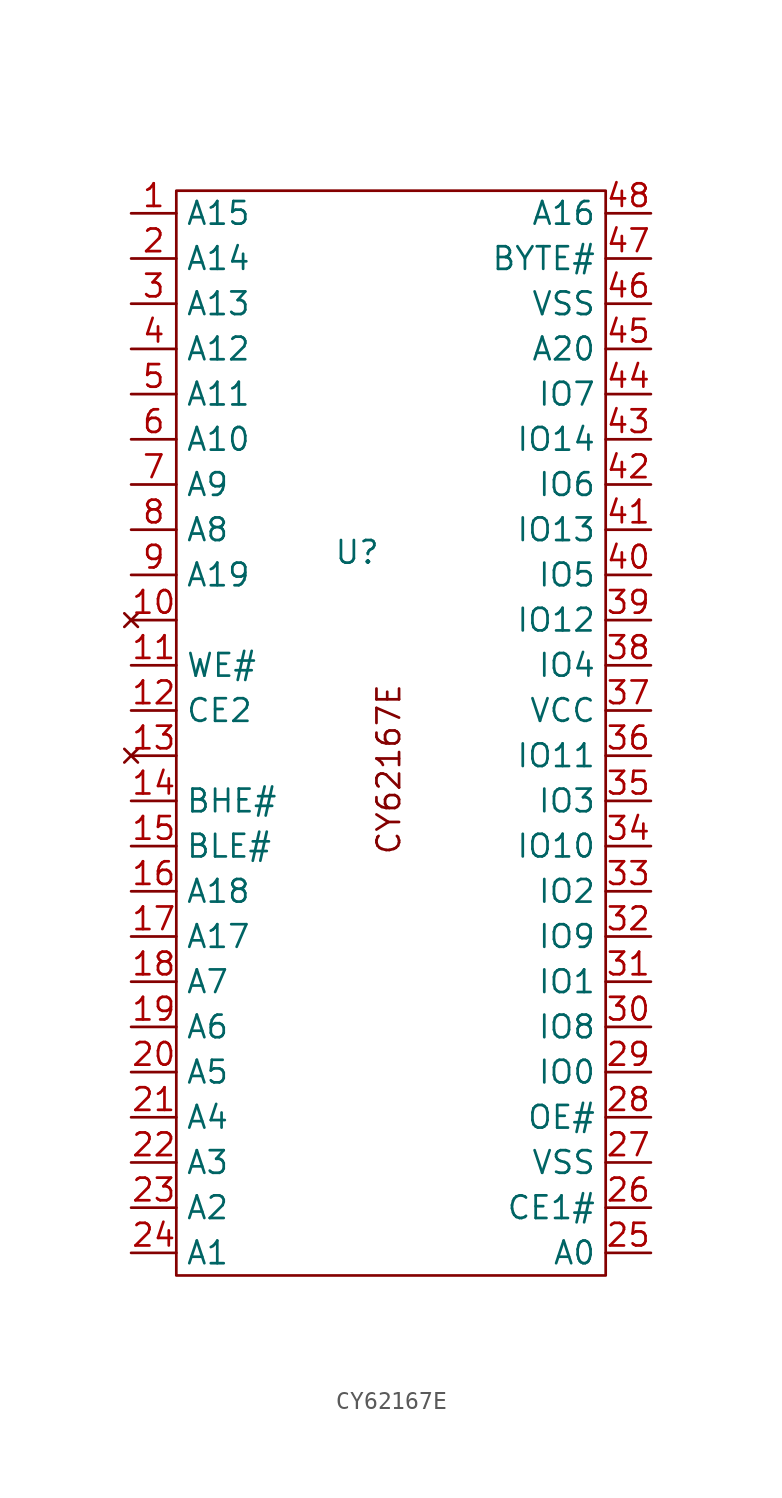
<source format=kicad_sym>
(kicad_symbol_lib
  (version 20231120)
  (generator "kicad_symbol_editor")
  (generator_version "8.0")
  (symbol "CY62167E"
    (property "Reference" "U"
      (at -3.81 10.16 0)
      (effects (font (size 1.27 1.27))))
    (property "Value" ""
      (at -3.81 10.16 0)
      (effects (font (size 1.27 1.27))))
    (symbol "CY62167E_0_1"
      (rectangle (start -13.97 30.48) (end 10.16 -30.48) (stroke (width 0) (type default)) (fill (type none))))
    (symbol "CY62167E_1_1"
      (text "CY62167E" (at -2.032 -2.032 900) (effects (font (size 1.27 1.27))))
      (pin input line (at -16.51 29.21 0) (length 2.54) (name "A15" (effects (font (size 1.27 1.27)))) (number "1" (effects (font (size 1.27 1.27)))))
      (pin no_connect line (at -16.51 6.35 0) (length 2.54) (name "" (effects (font (size 1.27 1.27)))) (number "10" (effects (font (size 1.27 1.27)))))
      (pin input line (at -16.51 3.81 0) (length 2.54) (name "WE#" (effects (font (size 1.27 1.27)))) (number "11" (effects (font (size 1.27 1.27)))))
      (pin input line (at -16.51 1.27 0) (length 2.54) (name "CE2" (effects (font (size 1.27 1.27)))) (number "12" (effects (font (size 1.27 1.27)))))
      (pin no_connect line (at -16.51 -1.27 0) (length 2.54) (name "" (effects (font (size 1.27 1.27)))) (number "13" (effects (font (size 1.27 1.27)))))
      (pin input line (at -16.51 -3.81 0) (length 2.54) (name "BHE#" (effects (font (size 1.27 1.27)))) (number "14" (effects (font (size 1.27 1.27)))))
      (pin input line (at -16.51 -6.35 0) (length 2.54) (name "BLE#" (effects (font (size 1.27 1.27)))) (number "15" (effects (font (size 1.27 1.27)))))
      (pin input line (at -16.51 -8.89 0) (length 2.54) (name "A18" (effects (font (size 1.27 1.27)))) (number "16" (effects (font (size 1.27 1.27)))))
      (pin input line (at -16.51 -11.43 0) (length 2.54) (name "A17" (effects (font (size 1.27 1.27)))) (number "17" (effects (font (size 1.27 1.27)))))
      (pin input line (at -16.51 -13.97 0) (length 2.54) (name "A7" (effects (font (size 1.27 1.27)))) (number "18" (effects (font (size 1.27 1.27)))))
      (pin input line (at -16.51 -16.51 0) (length 2.54) (name "A6" (effects (font (size 1.27 1.27)))) (number "19" (effects (font (size 1.27 1.27)))))
      (pin input line (at -16.51 26.67 0) (length 2.54) (name "A14" (effects (font (size 1.27 1.27)))) (number "2" (effects (font (size 1.27 1.27)))))
      (pin input line (at -16.51 -19.05 0) (length 2.54) (name "A5" (effects (font (size 1.27 1.27)))) (number "20" (effects (font (size 1.27 1.27)))))
      (pin input line (at -16.51 -21.59 0) (length 2.54) (name "A4" (effects (font (size 1.27 1.27)))) (number "21" (effects (font (size 1.27 1.27)))))
      (pin input line (at -16.51 -24.13 0) (length 2.54) (name "A3" (effects (font (size 1.27 1.27)))) (number "22" (effects (font (size 1.27 1.27)))))
      (pin input line (at -16.51 -26.67 0) (length 2.54) (name "A2" (effects (font (size 1.27 1.27)))) (number "23" (effects (font (size 1.27 1.27)))))
      (pin input line (at -16.51 -29.21 0) (length 2.54) (name "A1" (effects (font (size 1.27 1.27)))) (number "24" (effects (font (size 1.27 1.27)))))
      (pin input line (at 12.7 -29.21 180) (length 2.54) (name "A0" (effects (font (size 1.27 1.27)))) (number "25" (effects (font (size 1.27 1.27)))))
      (pin input line (at 12.7 -26.67 180) (length 2.54) (name "CE1#" (effects (font (size 1.27 1.27)))) (number "26" (effects (font (size 1.27 1.27)))))
      (pin power_in line (at 12.7 -24.13 180) (length 2.54) (name "VSS" (effects (font (size 1.27 1.27)))) (number "27" (effects (font (size 1.27 1.27)))))
      (pin input line (at 12.7 -21.59 180) (length 2.54) (name "OE#" (effects (font (size 1.27 1.27)))) (number "28" (effects (font (size 1.27 1.27)))))
      (pin bidirectional line (at 12.7 -19.05 180) (length 2.54) (name "IO0" (effects (font (size 1.27 1.27)))) (number "29" (effects (font (size 1.27 1.27)))))
      (pin input line (at -16.51 24.13 0) (length 2.54) (name "A13" (effects (font (size 1.27 1.27)))) (number "3" (effects (font (size 1.27 1.27)))))
      (pin bidirectional line (at 12.7 -16.51 180) (length 2.54) (name "IO8" (effects (font (size 1.27 1.27)))) (number "30" (effects (font (size 1.27 1.27)))))
      (pin bidirectional line (at 12.7 -13.97 180) (length 2.54) (name "IO1" (effects (font (size 1.27 1.27)))) (number "31" (effects (font (size 1.27 1.27)))))
      (pin bidirectional line (at 12.7 -11.43 180) (length 2.54) (name "IO9" (effects (font (size 1.27 1.27)))) (number "32" (effects (font (size 1.27 1.27)))))
      (pin bidirectional line (at 12.7 -8.89 180) (length 2.54) (name "IO2" (effects (font (size 1.27 1.27)))) (number "33" (effects (font (size 1.27 1.27)))))
      (pin bidirectional line (at 12.7 -6.35 180) (length 2.54) (name "IO10" (effects (font (size 1.27 1.27)))) (number "34" (effects (font (size 1.27 1.27)))))
      (pin bidirectional line (at 12.7 -3.81 180) (length 2.54) (name "IO3" (effects (font (size 1.27 1.27)))) (number "35" (effects (font (size 1.27 1.27)))))
      (pin bidirectional line (at 12.7 -1.27 180) (length 2.54) (name "IO11" (effects (font (size 1.27 1.27)))) (number "36" (effects (font (size 1.27 1.27)))))
      (pin power_in line (at 12.7 1.27 180) (length 2.54) (name "VCC" (effects (font (size 1.27 1.27)))) (number "37" (effects (font (size 1.27 1.27)))))
      (pin bidirectional line (at 12.7 3.81 180) (length 2.54) (name "IO4" (effects (font (size 1.27 1.27)))) (number "38" (effects (font (size 1.27 1.27)))))
      (pin bidirectional line (at 12.7 6.35 180) (length 2.54) (name "IO12" (effects (font (size 1.27 1.27)))) (number "39" (effects (font (size 1.27 1.27)))))
      (pin input line (at -16.51 21.59 0) (length 2.54) (name "A12" (effects (font (size 1.27 1.27)))) (number "4" (effects (font (size 1.27 1.27)))))
      (pin bidirectional line (at 12.7 8.89 180) (length 2.54) (name "IO5" (effects (font (size 1.27 1.27)))) (number "40" (effects (font (size 1.27 1.27)))))
      (pin bidirectional line (at 12.7 11.43 180) (length 2.54) (name "IO13" (effects (font (size 1.27 1.27)))) (number "41" (effects (font (size 1.27 1.27)))))
      (pin bidirectional line (at 12.7 13.97 180) (length 2.54) (name "IO6" (effects (font (size 1.27 1.27)))) (number "42" (effects (font (size 1.27 1.27)))))
      (pin bidirectional line (at 12.7 16.51 180) (length 2.54) (name "IO14" (effects (font (size 1.27 1.27)))) (number "43" (effects (font (size 1.27 1.27)))))
      (pin bidirectional line (at 12.7 19.05 180) (length 2.54) (name "IO7" (effects (font (size 1.27 1.27)))) (number "44" (effects (font (size 1.27 1.27)))))
      (pin input line (at 12.7 21.59 180) (length 2.54) (name "A20" (effects (font (size 1.27 1.27)))) (number "45" (effects (font (size 1.27 1.27)))))
      (pin power_in line (at 12.7 24.13 180) (length 2.54) (name "VSS" (effects (font (size 1.27 1.27)))) (number "46" (effects (font (size 1.27 1.27)))))
      (pin input line (at 12.7 26.67 180) (length 2.54) (name "BYTE#" (effects (font (size 1.27 1.27)))) (number "47" (effects (font (size 1.27 1.27)))))
      (pin input line (at 12.7 29.21 180) (length 2.54) (name "A16" (effects (font (size 1.27 1.27)))) (number "48" (effects (font (size 1.27 1.27)))))
      (pin input line (at -16.51 19.05 0) (length 2.54) (name "A11" (effects (font (size 1.27 1.27)))) (number "5" (effects (font (size 1.27 1.27)))))
      (pin input line (at -16.51 16.51 0) (length 2.54) (name "A10" (effects (font (size 1.27 1.27)))) (number "6" (effects (font (size 1.27 1.27)))))
      (pin input line (at -16.51 13.97 0) (length 2.54) (name "A9" (effects (font (size 1.27 1.27)))) (number "7" (effects (font (size 1.27 1.27)))))
      (pin input line (at -16.51 11.43 0) (length 2.54) (name "A8" (effects (font (size 1.27 1.27)))) (number "8" (effects (font (size 1.27 1.27)))))
      (pin input line (at -16.51 8.89 0) (length 2.54) (name "A19" (effects (font (size 1.27 1.27)))) (number "9" (effects (font (size 1.27 1.27))))))))
</source>
